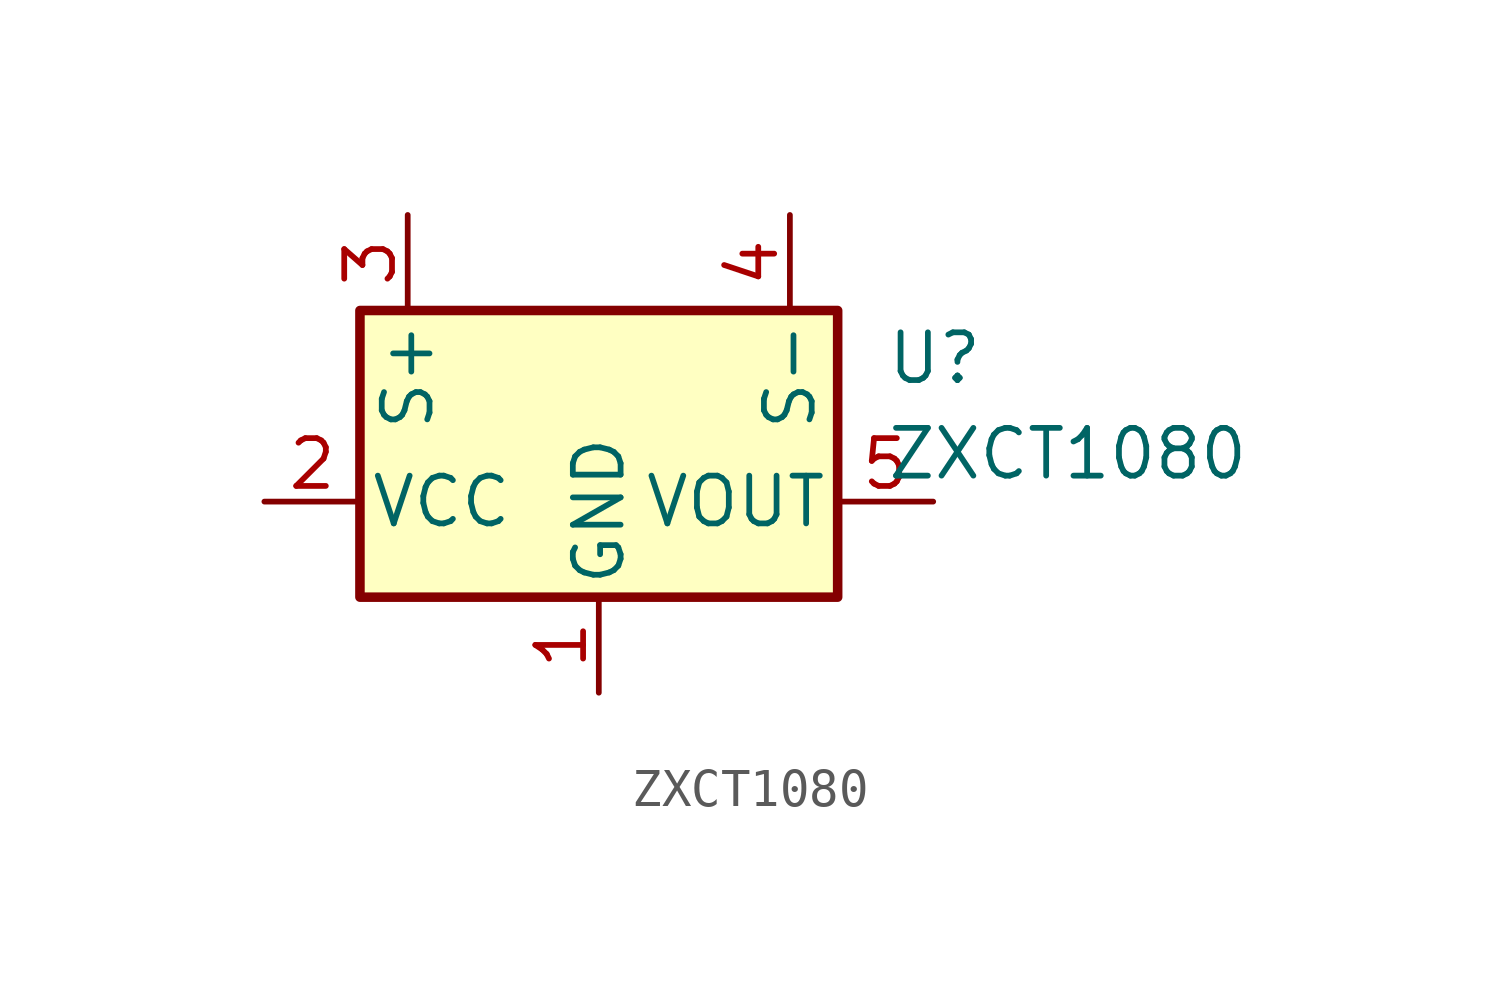
<source format=kicad_sym>
(kicad_symbol_lib
  (version 20231120)
  (generator "kicad_symbol_editor")
  (generator_version "8.0")
  (symbol "ZXCT1080"
    (pin_names
      (offset 0.254))
    (property "Reference" "U"
      (at 7.62 1.27 0)
      (effects (font (size 1.27 1.27)) (justify left)))
    (property "Value" "ZXCT1080"
      (at 7.62 -1.27 0)
      (effects (font (size 1.27 1.27)) (justify left)))
    (symbol "ZXCT1080_0_1"
      (rectangle (start -6.35 2.54) (end 6.35 -5.08) (stroke (width 0.254) (type default)) (fill (type background))))
    (symbol "ZXCT1080_1_1"
      (pin passive line (at 0 -7.62 90) (length 2.54) (name "GND" (effects (font (size 1.27 1.27)))) (number "1" (effects (font (size 1.27 1.27)))))
      (pin passive line (at -8.89 -2.54 0) (length 2.54) (name "VCC" (effects (font (size 1.27 1.27)))) (number "2" (effects (font (size 1.27 1.27)))))
      (pin passive line (at -5.08 5.08 270) (length 2.54) (name "S+" (effects (font (size 1.27 1.27)))) (number "3" (effects (font (size 1.27 1.27)))))
      (pin passive line (at 5.08 5.08 270) (length 2.54) (name "S-" (effects (font (size 1.27 1.27)))) (number "4" (effects (font (size 1.27 1.27)))))
      (pin passive line (at 8.89 -2.54 180) (length 2.54) (name "VOUT" (effects (font (size 1.27 1.27)))) (number "5" (effects (font (size 1.27 1.27))))))))
</source>
